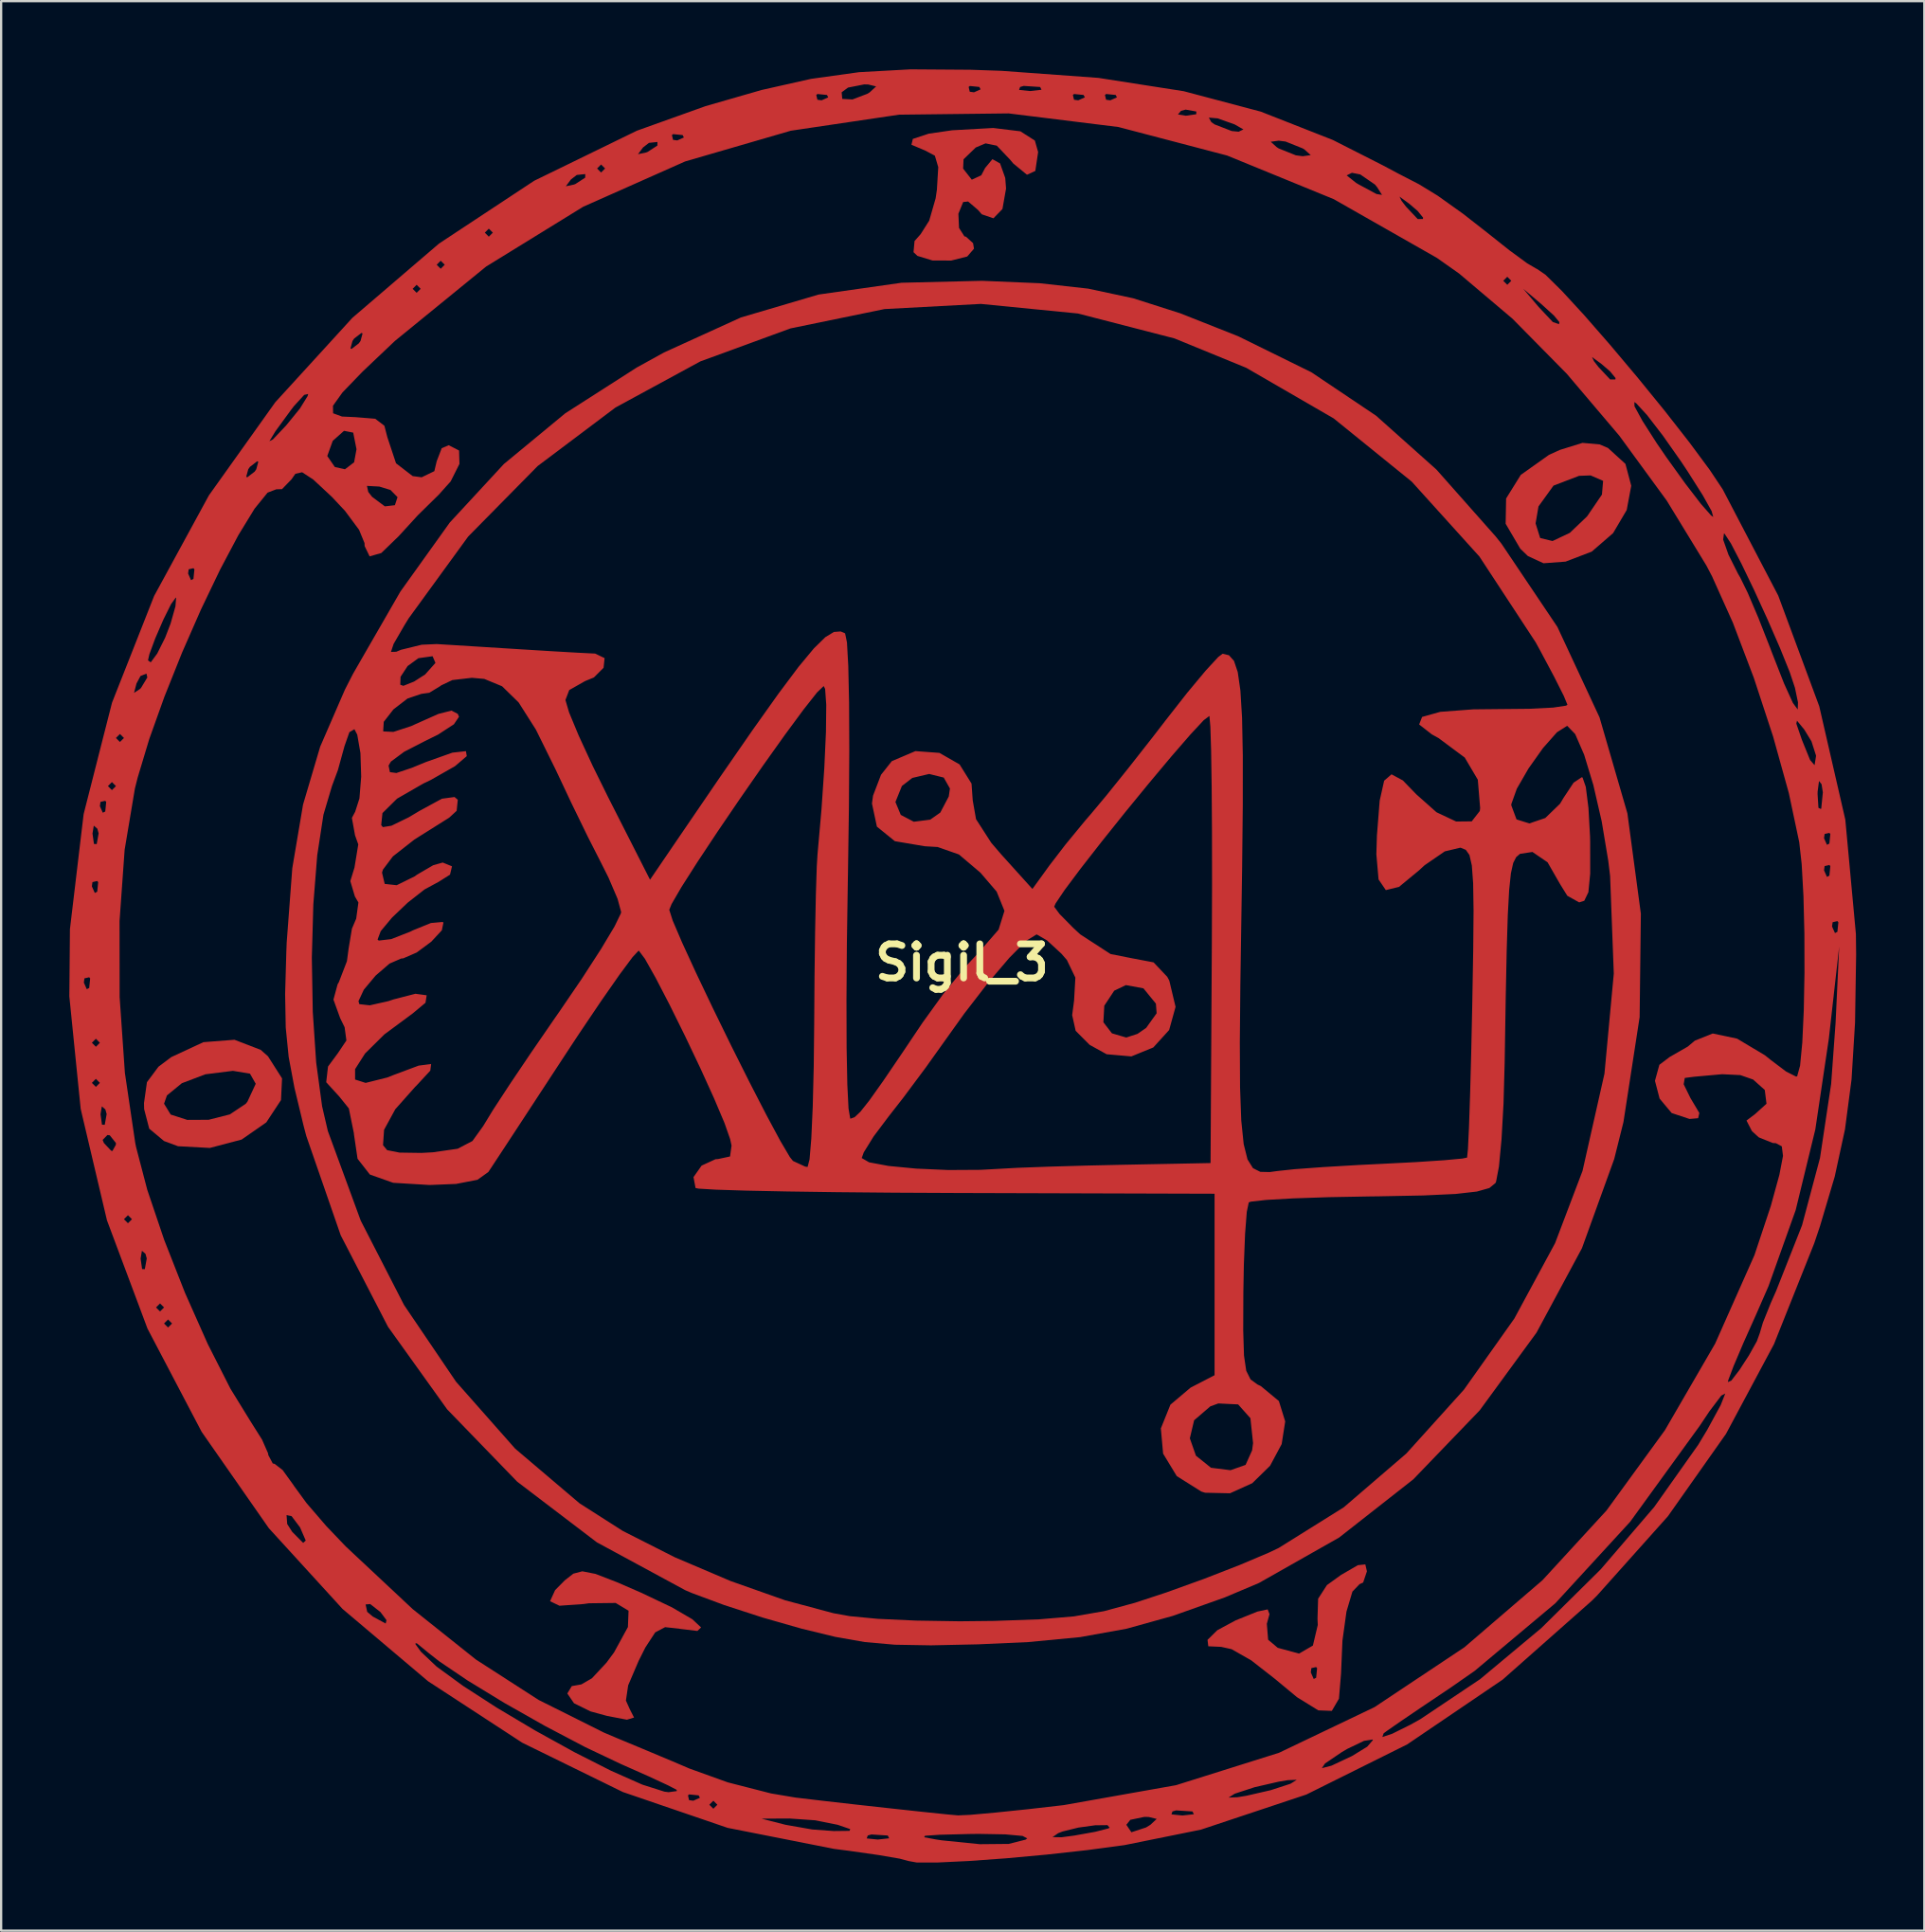
<source format=kicad_pcb>
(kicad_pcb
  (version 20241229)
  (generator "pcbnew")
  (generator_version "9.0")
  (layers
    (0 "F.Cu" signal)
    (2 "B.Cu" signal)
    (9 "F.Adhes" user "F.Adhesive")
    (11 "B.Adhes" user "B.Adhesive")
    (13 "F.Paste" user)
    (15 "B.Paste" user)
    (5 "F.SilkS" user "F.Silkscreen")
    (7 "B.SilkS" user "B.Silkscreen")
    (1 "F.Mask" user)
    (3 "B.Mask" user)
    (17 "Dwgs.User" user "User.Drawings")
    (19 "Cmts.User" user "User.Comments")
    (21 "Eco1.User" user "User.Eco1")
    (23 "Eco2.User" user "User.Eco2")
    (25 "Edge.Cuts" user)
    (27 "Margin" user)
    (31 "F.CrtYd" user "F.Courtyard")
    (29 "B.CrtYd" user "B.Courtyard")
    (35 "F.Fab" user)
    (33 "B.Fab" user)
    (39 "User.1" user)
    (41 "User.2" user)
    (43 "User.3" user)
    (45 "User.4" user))
  (footprint "Sigil_3"
    (layer "F.Cu")
    (at 39.268 39.286)
    (property "Reference" "Sigil_3" (at 0 0 0) (layer "F.SilkS") (effects (font (size 1.5 1.5) (thickness 0.3))))
    (attr board_only exclude_from_pos_files exclude_from_bom)
    (fp_poly (pts (xy 28.052 -22.79) (xy 28.418 -22.634) (xy 29.188 -21.932) (xy 29.443 -20.97) (xy 29.243 -19.903) (xy 28.644 -18.887) (xy 27.704 -18.074) (xy 26.554 -17.634) (xy 25.583 -17.562) (xy 24.896 -17.88) (xy 24.561 -18.203) (xy 23.918 -19.299) (xy 23.918 -19.315) (xy 25.235 -19.315) (xy 25.436 -18.673) (xy 25.98 -18.54) (xy 26.74 -18.899) (xy 27.5 -19.624) (xy 28.154 -20.583) (xy 28.205 -21.186) (xy 27.655 -21.426) (xy 27.148 -21.407) (xy 26.023 -20.977) (xy 25.362 -20.061) (xy 25.235 -19.315) (xy 23.918 -19.315) (xy 23.938 -20.411) (xy 24.584 -21.45) (xy 25.821 -22.328) (xy 26.304 -22.548) (xy 27.298 -22.857)) (stroke (width 0) (type solid)) (fill yes) (layer "F.Cu"))
    (fp_poly (pts (xy -30.849 3.84) (xy -30.529 4.123) (xy -29.91 5.095) (xy -29.956 6.048) (xy -30.603 7.03) (xy -31.689 7.786) (xy -33.087 8.154) (xy -34.488 8.078) (xy -35.101 7.851) (xy -35.753 7.307) (xy -35.977 6.448) (xy -35.983 6.208) (xy -35.101 6.208) (xy -34.809 6.686) (xy -34.08 6.92) (xy -33.137 6.915) (xy -32.206 6.678) (xy -31.508 6.213) (xy -31.432 6.116) (xy -31.068 5.332) (xy -31.321 4.887) (xy -32.071 4.763) (xy -33.283 4.915) (xy -34.318 5.307) (xy -34.974 5.844) (xy -35.101 6.208) (xy -35.983 6.208) (xy -35.983 6.177) (xy -35.854 5.262) (xy -35.347 4.582) (xy -34.785 4.159) (xy -33.371 3.502) (xy -32.003 3.396)) (stroke (width 0) (type solid)) (fill yes) (layer "F.Cu"))
    (fp_poly (pts (xy -16.121 26.889) (xy -15.192 27.248) (xy -14.122 27.712) (xy -12.76 28.359) (xy -11.863 28.883) (xy -11.475 29.244) (xy -11.639 29.399) (xy -12.401 29.307) (xy -12.448 29.297) (xy -13.059 29.232) (xy -13.494 29.461) (xy -13.928 30.126) (xy -14.225 30.717) (xy -14.684 31.791) (xy -14.783 32.46) (xy -14.61 32.845) (xy -14.425 33.207) (xy -14.738 33.303) (xy -15.61 33.136) (xy -16.34 32.937) (xy -17.067 32.578) (xy -17.361 32.149) (xy -17.164 31.824) (xy -16.745 31.75) (xy -16.277 31.479) (xy -15.636 30.791) (xy -15.304 30.34) (xy -14.695 29.226) (xy -14.667 28.508) (xy -15.234 28.167) (xy -16.409 28.181) (xy -16.649 28.214) (xy -17.707 28.289) (xy -18.12 28.09) (xy -17.898 27.603) (xy -17.473 27.173) (xy -17.097 26.879) (xy -16.701 26.775)) (stroke (width 0) (type solid)) (fill yes) (layer "F.Cu"))
    (fp_poly (pts (xy 17.815 26.776) (xy 17.649 27.268) (xy 17.491 27.34) (xy 17.177 27.667) (xy 16.915 28.547) (xy 16.738 29.825) (xy 16.676 31.279) (xy 16.584 32.378) (xy 16.271 32.914) (xy 15.676 32.891) (xy 14.742 32.314) (xy 13.744 31.487) (xy 13.403 31.221) (xy 15.346 31.221) (xy 15.475 31.511) (xy 15.581 31.456) (xy 15.623 31.037) (xy 15.581 30.986) (xy 15.371 31.034) (xy 15.346 31.221) (xy 13.403 31.221) (xy 12.727 30.693) (xy 11.861 30.2) (xy 11.401 30.098) (xy 10.837 30.073) (xy 10.803 29.789) (xy 11.235 29.365) (xy 12.038 28.933) (xy 12.998 28.546) (xy 13.449 28.45) (xy 13.529 28.66) (xy 13.412 29.083) (xy 13.469 29.784) (xy 13.892 30.14) (xy 14.827 30.394) (xy 15.438 30.041) (xy 15.653 29.134) (xy 15.641 28.862) (xy 15.668 27.981) (xy 16.056 27.381) (xy 16.676 26.934) (xy 17.417 26.505) (xy 17.745 26.471)) (stroke (width 0) (type solid)) (fill yes) (layer "F.Cu"))
    (fp_poly (pts (xy 2.57 -36.561) (xy 3.207 -36.154) (xy 3.351 -35.648) (xy 3.227 -34.818) (xy 2.86 -34.65) (xy 2.257 -35.145) (xy 2.115 -35.316) (xy 1.532 -35.929) (xy 1.039 -36.03) (xy 0.608 -35.849) (xy 0.07 -35.33) (xy 0.051 -34.92) (xy 0.433 -34.433) (xy 0.85 -34.626) (xy 1.018 -34.947) (xy 1.34 -35.335) (xy 1.676 -35.149) (xy 1.904 -34.51) (xy 1.94 -34.043) (xy 1.781 -33.143) (xy 1.385 -32.735) (xy 0.873 -32.91) (xy 0.705 -33.102) (xy 0.272 -33.473) (xy 0.053 -33.45) (xy -0.157 -32.935) (xy -0.129 -32.311) (xy 0.109 -31.939) (xy 0.176 -31.926) (xy 0.489 -31.641) (xy 0.529 -31.397) (xy 0.232 -31.054) (xy -0.472 -30.876) (xy -1.296 -30.879) (xy -1.959 -31.081) (xy -2.131 -31.244) (xy -2.086 -31.734) (xy -1.817 -32.038) (xy -1.441 -32.631) (xy -1.158 -33.613) (xy -1.102 -33.995) (xy -1.043 -34.984) (xy -1.192 -35.488) (xy -1.61 -35.711) (xy -1.613 -35.711) (xy -2.222 -35.97) (xy -2.161 -36.226) (xy -1.464 -36.456) (xy -0.432 -36.606) (xy 1.375 -36.707)) (stroke (width 0) (type solid)) (fill yes) (layer "F.Cu"))
    (fp_poly (pts (xy 3.42 -29.879) (xy 5.552 -29.641) (xy 7.53 -29.218) (xy 9.603 -28.556) (xy 12.022 -27.599) (xy 12.183 -27.532) (xy 15.37 -25.964) (xy 18.217 -24.053) (xy 20.871 -21.685) (xy 23.475 -18.746) (xy 23.727 -18.432) (xy 26.194 -14.762) (xy 28.047 -10.786) (xy 29.274 -6.562) (xy 29.866 -2.148) (xy 29.812 2.398) (xy 29.1 7.017) (xy 28.693 8.643) (xy 27.275 12.563) (xy 25.276 16.277) (xy 22.776 19.696) (xy 19.854 22.731) (xy 16.591 25.291) (xy 13.064 27.289) (xy 11.558 27.925) (xy 9.277 28.735) (xy 7.241 29.301) (xy 5.202 29.669) (xy 2.911 29.888) (xy 0.706 29.987) (xy -1.363 30.031) (xy -2.95 30.004) (xy -4.28 29.886) (xy -5.574 29.658) (xy -7.055 29.298) (xy -7.056 29.298) (xy -8.755 28.813) (xy -10.46 28.259) (xy -11.868 27.736) (xy -12.171 27.607) (xy -16.061 25.501) (xy -19.568 22.831) (xy -22.646 19.653) (xy -25.248 16.022) (xy -27.33 11.995) (xy -28.845 7.625) (xy -28.965 7.169) (xy -29.365 5.507) (xy -29.619 4.151) (xy -29.748 2.859) (xy -29.775 1.39) (xy -29.729 -0.214) (xy -28.6 -0.214) (xy -28.559 2.161) (xy -28.409 4.396) (xy -28.148 6.323) (xy -27.896 7.408) (xy -26.448 11.353) (xy -24.543 15.063) (xy -22.255 18.438) (xy -19.656 21.379) (xy -16.82 23.787) (xy -14.919 25) (xy -12.632 26.158) (xy -10.177 27.203) (xy -7.775 28.051) (xy -5.649 28.619) (xy -4.939 28.747) (xy -3.707 28.865) (xy -2.014 28.943) (xy -0.104 28.973) (xy 1.411 28.957) (xy 3.394 28.887) (xy 4.922 28.758) (xy 6.245 28.529) (xy 7.614 28.158) (xy 8.996 27.703) (xy 10.641 27.11) (xy 12.227 26.493) (xy 13.507 25.951) (xy 13.935 25.747) (xy 16.796 23.96) (xy 19.546 21.597) (xy 22.082 18.787) (xy 24.299 15.659) (xy 26.092 12.343) (xy 27.3 9.163) (xy 28.265 4.885) (xy 28.675 0.484) (xy 28.513 -3.808) (xy 28.431 -4.482) (xy 28.142 -6.215) (xy 27.774 -7.814) (xy 27.372 -9.138) (xy 26.977 -10.048) (xy 26.632 -10.406) (xy 26.616 -10.407) (xy 26.175 -10.128) (xy 25.561 -9.434) (xy 24.923 -8.535) (xy 24.409 -7.645) (xy 24.169 -6.974) (xy 24.165 -6.917) (xy 24.396 -6.296) (xy 24.959 -6.119) (xy 25.661 -6.357) (xy 26.31 -6.985) (xy 26.464 -7.243) (xy 26.906 -7.911) (xy 27.265 -8.151) (xy 27.301 -8.138) (xy 27.444 -7.725) (xy 27.561 -6.794) (xy 27.631 -5.532) (xy 27.636 -5.304) (xy 27.637 -3.913) (xy 27.558 -3.095) (xy 27.377 -2.718) (xy 27.152 -2.646) (xy 26.629 -2.939) (xy 26.31 -3.454) (xy 25.761 -4.41) (xy 25.096 -4.864) (xy 24.548 -4.781) (xy 24.381 -4.637) (xy 24.25 -4.38) (xy 24.149 -3.926) (xy 24.072 -3.191) (xy 24.012 -2.092) (xy 23.964 -0.543) (xy 23.921 1.538) (xy 23.877 4.236) (xy 23.874 4.41) (xy 23.824 6.209) (xy 23.736 7.779) (xy 23.623 8.972) (xy 23.496 9.64) (xy 23.467 9.701) (xy 23.202 9.917) (xy 22.652 10.072) (xy 21.717 10.178) (xy 20.294 10.244) (xy 18.281 10.283) (xy 17.978 10.286) (xy 16.141 10.319) (xy 14.564 10.373) (xy 13.377 10.441) (xy 12.711 10.516) (xy 12.618 10.548) (xy 12.53 10.965) (xy 12.455 11.932) (xy 12.401 13.294) (xy 12.379 14.509) (xy 12.373 16.18) (xy 12.407 17.283) (xy 12.506 17.955) (xy 12.696 18.335) (xy 13.003 18.559) (xy 13.149 18.629) (xy 13.942 19.286) (xy 14.22 20.183) (xy 14.065 21.179) (xy 13.555 22.132) (xy 12.771 22.9) (xy 11.792 23.343) (xy 10.698 23.319) (xy 10.53 23.267) (xy 9.449 22.587) (xy 8.849 21.599) (xy 8.789 20.926) (xy 10.025 20.926) (xy 10.294 21.691) (xy 10.956 22.221) (xy 11.816 22.328) (xy 12.477 22.094) (xy 12.764 21.456) (xy 12.806 21.137) (xy 12.69 20.042) (xy 12.149 19.434) (xy 11.278 19.392) (xy 10.926 19.52) (xy 10.213 20.133) (xy 10.025 20.926) (xy 8.789 20.926) (xy 8.75 20.489) (xy 9.17 19.446) (xy 10.059 18.695) (xy 11.113 18.15) (xy 11.113 14.159) (xy 11.113 10.168) (xy -0.211 10.135) (xy -2.967 10.122) (xy -5.493 10.099) (xy -7.702 10.068) (xy -9.51 10.031) (xy -10.831 9.989) (xy -11.581 9.944) (xy -11.72 9.917) (xy -11.81 9.437) (xy -11.452 8.93) (xy -10.842 8.65) (xy -10.733 8.643) (xy -10.202 8.529) (xy -10.136 8.05) (xy -10.199 7.763) (xy -10.445 7.061) (xy -10.905 5.974) (xy -11.508 4.647) (xy -12.185 3.224) (xy -12.864 1.851) (xy -13.475 0.673) (xy -13.948 -0.166) (xy -14.212 -0.519) (xy -14.225 -0.523) (xy -14.49 -0.24) (xy -15.065 0.534) (xy -15.879 1.7) (xy -16.86 3.155) (xy -17.462 4.069) (xy -18.526 5.694) (xy -19.473 7.141) (xy -20.228 8.292) (xy -20.714 9.03) (xy -20.834 9.211) (xy -21.313 9.555) (xy -22.255 9.737) (xy -23.418 9.784) (xy -25.021 9.687) (xy -26.046 9.324) (xy -26.589 8.629) (xy -26.75 7.535) (xy -26.749 7.513) (xy -26.972 6.416) (xy -27.396 5.889) (xy -27.967 5.264) (xy -27.954 5.145) (xy -26.697 5.145) (xy -26.233 5.293) (xy -25.28 5.055) (xy -25.051 4.963) (xy -23.901 4.533) (xy -23.351 4.462) (xy -23.389 4.755) (xy -24.003 5.418) (xy -24.051 5.464) (xy -24.929 6.452) (xy -25.422 7.356) (xy -25.468 8.033) (xy -25.288 8.251) (xy -24.74 8.359) (xy -23.776 8.373) (xy -23.271 8.345) (xy -22.185 8.189) (xy -21.535 7.849) (xy -21.055 7.182) (xy -21.04 7.155) (xy -20.622 6.471) (xy -19.894 5.357) (xy -18.952 3.959) (xy -17.894 2.422) (xy -17.727 2.183) (xy -16.72 0.706) (xy -15.88 -0.592) (xy -15.283 -1.589) (xy -15.004 -2.164) (xy -14.993 -2.225) (xy -15.019 -2.32) (xy -12.876 -2.32) (xy -12.725 -1.846) (xy -12.312 -0.882) (xy -11.704 0.441) (xy -10.965 1.991) (xy -10.16 3.638) (xy -9.353 5.248) (xy -8.609 6.693) (xy -7.993 7.839) (xy -7.57 8.556) (xy -7.434 8.726) (xy -6.895 8.975) (xy -6.791 8.99) (xy -6.705 8.658) (xy -6.7 8.598) (xy -4.41 8.598) (xy -4.086 8.786) (xy -3.229 8.946) (xy -2.012 9.063) (xy -0.607 9.125) (xy 0.812 9.117) (xy 1.587 9.075) (xy 2.442 9.028) (xy 3.8 8.978) (xy 5.461 8.93) (xy 6.879 8.898) (xy 10.936 8.819) (xy 10.993 -0.879) (xy 11.002 -3.429) (xy 10.999 -5.747) (xy 10.985 -7.741) (xy 10.961 -9.316) (xy 10.928 -10.379) (xy 10.887 -10.837) (xy 10.884 -10.845) (xy 10.636 -10.66) (xy 10.049 -10.029) (xy 9.214 -9.066) (xy 8.222 -7.882) (xy 7.164 -6.59) (xy 6.134 -5.303) (xy 5.221 -4.133) (xy 4.518 -3.193) (xy 4.116 -2.595) (xy 4.057 -2.456) (xy 4.294 -2.136) (xy 4.89 -1.531) (xy 5.203 -1.24) (xy 6.537 -0.375) (xy 7.487 -0.187) (xy 8.43 -0.008) (xy 9.031 0.627) (xy 9.121 0.794) (xy 9.397 1.949) (xy 9.114 2.968) (xy 8.418 3.734) (xy 7.453 4.128) (xy 6.365 4.033) (xy 5.619 3.621) (xy 5.002 3.003) (xy 4.918 2.626) (xy 6.222 2.626) (xy 6.595 3.11) (xy 6.615 3.118) (xy 7.227 3.298) (xy 7.722 3.137) (xy 8.104 2.873) (xy 8.564 2.231) (xy 8.532 1.807) (xy 7.982 1.133) (xy 7.211 0.992) (xy 6.698 1.238) (xy 6.261 1.899) (xy 6.222 2.626) (xy 4.918 2.626) (xy 4.848 2.312) (xy 4.932 1.674) (xy 4.989 0.663) (xy 4.616 -0.112) (xy 4.372 -0.393) (xy 3.742 -0.974) (xy 3.295 -1.234) (xy 3.279 -1.235) (xy 2.833 -0.961) (xy 2.09 -0.215) (xy 1.147 0.891) (xy 0.102 2.244) (xy -0.662 3.313) (xy -1.596 4.622) (xy -2.587 5.952) (xy -3.22 6.762) (xy -3.889 7.652) (xy -4.32 8.349) (xy -4.41 8.598) (xy -6.7 8.598) (xy -6.627 7.732) (xy -6.564 6.325) (xy -6.52 4.548) (xy -6.501 2.734) (xy -6.486 0.609) (xy -6.46 -1.355) (xy -6.426 -3.012) (xy -6.387 -4.221) (xy -6.354 -4.763) (xy -6.18 -6.731) (xy -6.055 -8.566) (xy -5.983 -10.144) (xy -5.97 -11.342) (xy -6.02 -12.037) (xy -6.083 -12.161) (xy -6.374 -11.881) (xy -6.968 -11.128) (xy -7.784 -10.022) (xy -8.741 -8.679) (xy -9.757 -7.219) (xy -10.75 -5.76) (xy -11.638 -4.42) (xy -12.341 -3.318) (xy -12.775 -2.571) (xy -12.876 -2.32) (xy -15.019 -2.32) (xy -15.15 -2.803) (xy -15.55 -3.738) (xy -15.861 -4.358) (xy -16.46 -5.535) (xy -17.187 -7.028) (xy -17.865 -8.467) (xy -18.742 -10.243) (xy -19.502 -11.44) (xy -20.231 -12.152) (xy -21.015 -12.476) (xy -21.56 -12.524) (xy -22.417 -12.425) (xy -22.919 -12.187) (xy -22.931 -12.171) (xy -23.432 -11.866) (xy -23.779 -11.818) (xy -24.389 -11.613) (xy -25.01 -11.135) (xy -25.436 -10.588) (xy -25.461 -10.175) (xy -25.452 -10.165) (xy -25.01 -10.145) (xy -24.228 -10.401) (xy -24.073 -10.472) (xy -23.033 -10.935) (xy -22.455 -11.082) (xy -22.181 -10.938) (xy -22.125 -10.812) (xy -22.349 -10.481) (xy -23.05 -10.024) (xy -23.615 -9.747) (xy -24.541 -9.269) (xy -25.123 -8.837) (xy -25.224 -8.663) (xy -25.165 -8.375) (xy -24.88 -8.337) (xy -24.207 -8.563) (xy -23.582 -8.819) (xy -22.417 -9.232) (xy -21.82 -9.298) (xy -21.784 -9.079) (xy -22.302 -8.637) (xy -23.365 -8.032) (xy -23.696 -7.873) (xy -24.851 -7.208) (xy -25.493 -6.574) (xy -25.548 -6.047) (xy -25.477 -5.957) (xy -25.098 -6.018) (xy -24.345 -6.384) (xy -23.863 -6.671) (xy -22.879 -7.206) (xy -22.322 -7.281) (xy -22.18 -7.159) (xy -22.229 -6.674) (xy -22.558 -6.372) (xy -24.086 -5.412) (xy -25.034 -4.669) (xy -25.472 -4.088) (xy -25.512 -3.956) (xy -25.394 -3.459) (xy -24.866 -3.402) (xy -24.074 -3.792) (xy -23.968 -3.869) (xy -23.26 -4.281) (xy -22.842 -4.399) (xy -22.434 -4.233) (xy -22.521 -3.866) (xy -23.019 -3.552) (xy -23.64 -3.216) (xy -24.377 -2.639) (xy -25.073 -1.976) (xy -25.569 -1.382) (xy -25.708 -1.012) (xy -25.656 -0.967) (xy -25.109 -1.031) (xy -24.276 -1.356) (xy -24.156 -1.416) (xy -23.361 -1.739) (xy -22.849 -1.785) (xy -22.81 -1.76) (xy -22.881 -1.418) (xy -23.347 -0.916) (xy -23.985 -0.443) (xy -24.576 -0.186) (xy -24.672 -0.176) (xy -25.182 0.046) (xy -25.793 0.573) (xy -26.313 1.194) (xy -26.548 1.698) (xy -26.51 1.83) (xy -26.051 1.881) (xy -25.225 1.695) (xy -25.012 1.623) (xy -24.044 1.373) (xy -23.548 1.44) (xy -23.6 1.769) (xy -24.165 2.24) (xy -25.406 3.158) (xy -26.258 4) (xy -26.697 4.688) (xy -26.697 5.145) (xy -27.954 5.145) (xy -27.888 4.574) (xy -27.459 3.993) (xy -27.079 3.427) (xy -27.158 2.844) (xy -27.354 2.444) (xy -27.649 1.63) (xy -27.466 0.956) (xy -27.412 0.865) (xy -27.056 -0.06) (xy -26.982 -0.613) (xy -26.836 -1.492) (xy -26.649 -1.928) (xy -26.551 -2.641) (xy -26.707 -2.909) (xy -26.907 -3.583) (xy -26.724 -4.178) (xy -26.557 -5.197) (xy -26.7 -5.597) (xy -26.838 -6.362) (xy -26.694 -6.633) (xy -26.506 -7.218) (xy -26.429 -8.179) (xy -26.462 -9.215) (xy -26.602 -10.022) (xy -26.726 -10.263) (xy -26.948 -10.132) (xy -27.169 -9.502) (xy -27.174 -9.478) (xy -27.453 -8.466) (xy -27.715 -7.761) (xy -28.089 -6.503) (xy -28.363 -4.714) (xy -28.534 -2.561) (xy -28.6 -0.214) (xy -29.729 -0.214) (xy -29.721 -0.5) (xy -29.706 -0.882) (xy -29.46 -4.148) (xy -28.987 -6.947) (xy -28.233 -9.495) (xy -27.143 -12.007) (xy -27.034 -12.22) (xy -24.709 -12.22) (xy -24.574 -12.171) (xy -24.103 -12.359) (xy -23.616 -12.671) (xy -23.162 -13.18) (xy -23.288 -13.473) (xy -23.911 -13.387) (xy -24.385 -13.042) (xy -24.697 -12.569) (xy -24.709 -12.22) (xy -27.034 -12.22) (xy -26.788 -12.7) (xy -26.234 -13.663) (xy -25.119 -13.663) (xy -24.888 -13.669) (xy -24.675 -13.757) (xy -23.769 -13.979) (xy -23.107 -14.008) (xy -22.337 -13.961) (xy -21.106 -13.884) (xy -19.658 -13.793) (xy -19.403 -13.777) (xy -18.02 -13.692) (xy -16.888 -13.627) (xy -16.21 -13.593) (xy -16.14 -13.591) (xy -15.721 -13.39) (xy -15.766 -12.965) (xy -16.193 -12.538) (xy -16.581 -12.379) (xy -17.276 -11.985) (xy -17.444 -11.547) (xy -17.283 -11.001) (xy -16.86 -9.982) (xy -16.241 -8.642) (xy -15.574 -7.29) (xy -13.722 -3.644) (xy -12.44 -5.526) (xy -10.653 -8.143) (xy -9.21 -10.227) (xy -8.069 -11.831) (xy -7.186 -13.01) (xy -6.514 -13.818) (xy -6.012 -14.31) (xy -5.633 -14.541) (xy -5.334 -14.563) (xy -5.141 -14.48) (xy -5.059 -14.081) (xy -5.001 -13.046) (xy -4.966 -11.443) (xy -4.957 -9.342) (xy -4.973 -6.81) (xy -5.015 -3.917) (xy -5.019 -3.701) (xy -5.062 -0.852) (xy -5.08 1.655) (xy -5.074 3.751) (xy -5.043 5.364) (xy -4.99 6.423) (xy -4.915 6.858) (xy -4.902 6.866) (xy -4.722 6.801) (xy -4.468 6.562) (xy -4.072 6.062) (xy -3.469 5.213) (xy -2.594 3.926) (xy -1.735 2.646) (xy -0.837 1.402) (xy 0.131 0.211) (xy 0.751 -0.458) (xy 1.612 -1.449) (xy 1.869 -2.273) (xy 1.526 -3.12) (xy 0.813 -3.952) (xy -0.133 -4.754) (xy -1.07 -5.082) (xy -1.632 -5.115) (xy -2.952 -5.338) (xy -3.742 -5.978) (xy -3.959 -6.995) (xy -3.95 -7.061) (xy -2.927 -7.061) (xy -2.691 -6.494) (xy -2.119 -6.193) (xy -1.396 -6.285) (xy -0.953 -6.597) (xy -0.58 -7.305) (xy -0.529 -7.655) (xy -0.802 -8.136) (xy -1.443 -8.295) (xy -2.185 -8.12) (xy -2.642 -7.766) (xy -2.927 -7.061) (xy -3.95 -7.061) (xy -3.912 -7.34) (xy -3.56 -8.26) (xy -3.086 -8.858) (xy -2.048 -9.3) (xy -0.991 -9.222) (xy -0.105 -8.715) (xy 0.421 -7.872) (xy 0.474 -7.132) (xy 0.619 -6.307) (xy 1.289 -5.267) (xy 1.731 -4.753) (xy 3.1 -3.237) (xy 3.843 -4.264) (xy 4.563 -5.201) (xy 5.436 -6.261) (xy 5.666 -6.526) (xy 6.354 -7.349) (xy 7.312 -8.541) (xy 8.386 -9.909) (xy 8.974 -10.672) (xy 9.92 -11.878) (xy 10.722 -12.84) (xy 11.276 -13.44) (xy 11.466 -13.582) (xy 11.746 -13.516) (xy 11.966 -13.27) (xy 12.132 -12.777) (xy 12.249 -11.966) (xy 12.322 -10.768) (xy 12.355 -9.114) (xy 12.354 -6.935) (xy 12.325 -4.162) (xy 12.295 -2.18) (xy 12.247 0.987) (xy 12.224 3.518) (xy 12.234 5.481) (xy 12.287 6.946) (xy 12.393 7.982) (xy 12.562 8.658) (xy 12.802 9.043) (xy 13.124 9.205) (xy 13.538 9.215) (xy 13.877 9.169) (xy 14.623 9.089) (xy 15.873 8.997) (xy 17.424 8.905) (xy 18.468 8.854) (xy 19.99 8.776) (xy 21.222 8.694) (xy 22.011 8.621) (xy 22.221 8.578) (xy 22.259 8.208) (xy 22.305 7.242) (xy 22.354 5.793) (xy 22.403 3.971) (xy 22.448 1.886) (xy 22.45 1.772) (xy 22.491 -0.56) (xy 22.506 -2.281) (xy 22.488 -3.486) (xy 22.43 -4.271) (xy 22.325 -4.73) (xy 22.165 -4.957) (xy 21.943 -5.048) (xy 21.923 -5.052) (xy 21.241 -4.89) (xy 20.354 -4.281) (xy 20.102 -4.05) (xy 19.227 -3.328) (xy 18.647 -3.186) (xy 18.327 -3.655) (xy 18.23 -4.763) (xy 18.255 -5.586) (xy 18.376 -7.119) (xy 18.573 -7.999) (xy 18.897 -8.279) (xy 19.396 -8.01) (xy 19.985 -7.402) (xy 20.875 -6.611) (xy 21.74 -6.203) (xy 22.425 -6.21) (xy 22.78 -6.665) (xy 22.796 -6.791) (xy 22.693 -8.042) (xy 22.118 -9.016) (xy 20.967 -9.872) (xy 20.666 -10.039) (xy 20.112 -10.472) (xy 20.242 -10.803) (xy 21.041 -11.027) (xy 22.495 -11.137) (xy 23.594 -11.148) (xy 24.96 -11.161) (xy 26.007 -11.214) (xy 26.577 -11.299) (xy 26.635 -11.34) (xy 26.475 -11.728) (xy 26.051 -12.571) (xy 25.445 -13.708) (xy 25.238 -14.085) (xy 22.764 -17.857) (xy 19.785 -21.153) (xy 16.35 -23.934) (xy 12.505 -26.159) (xy 9.349 -27.451) (xy 5.104 -28.547) (xy 0.83 -28.969) (xy -3.408 -28.742) (xy -7.544 -27.891) (xy -11.509 -26.44) (xy -15.239 -24.414) (xy -18.665 -21.838) (xy -21.722 -18.737) (xy -24.343 -15.135) (xy -24.523 -14.841) (xy -25.003 -14.014) (xy -25.119 -13.663) (xy -26.234 -13.663) (xy -24.703 -16.319) (xy -22.53 -19.355) (xy -20.151 -21.928) (xy -17.45 -24.159) (xy -14.309 -26.17) (xy -13.107 -26.833) (xy -9.727 -28.372) (xy -6.306 -29.381) (xy -2.657 -29.9) (xy 0.882 -29.985)) (stroke (width 0) (type solid)) (fill yes) (layer "F.Cu"))
    (fp_poly (pts (xy 0.377 -39.268) (xy 1.734 -39.221) (xy 6.003 -38.91) (xy 9.758 -38.324) (xy 13.146 -37.426) (xy 16.318 -36.179) (xy 18.521 -35.061) (xy 19.202 -34.698) (xy 20.102 -34.234) (xy 20.109 -34.23) (xy 20.931 -33.727) (xy 22.037 -32.939) (xy 23.106 -32.104) (xy 24.093 -31.32) (xy 24.869 -30.752) (xy 25.274 -30.516) (xy 25.285 -30.515) (xy 25.669 -30.253) (xy 26.394 -29.538) (xy 27.371 -28.476) (xy 28.509 -27.173) (xy 29.72 -25.734) (xy 30.915 -24.267) (xy 32.003 -22.876) (xy 32.896 -21.669) (xy 33.466 -20.814) (xy 35.909 -16.139) (xy 37.714 -11.271) (xy 38.86 -6.285) (xy 39.326 -1.253) (xy 39.336 -0.353) (xy 39.288 2.647) (xy 39.134 5.144) (xy 38.846 7.334) (xy 38.394 9.416) (xy 37.749 11.586) (xy 37.493 12.347) (xy 35.722 16.784) (xy 33.612 20.729) (xy 31.055 24.355) (xy 27.942 27.837) (xy 27.714 28.065) (xy 23.785 31.54) (xy 19.587 34.388) (xy 15.152 36.593) (xy 10.515 38.137) (xy 7.15 38.818) (xy 5.515 39.037) (xy 3.733 39.234) (xy 1.946 39.398) (xy 0.3 39.517) (xy -1.061 39.582) (xy -1.993 39.582) (xy -2.344 39.519) (xy -2.736 39.414) (xy -3.662 39.255) (xy -4.956 39.07) (xy -5.626 38.984) (xy -7.953 38.524) (xy -4.189 38.524) (xy -3.704 38.573) (xy -3.203 38.518) (xy -3.226 38.472) (xy -1.662 38.472) (xy -1.14 38.57) (xy -0.882 38.608) (xy 0.785 38.777) (xy 2.056 38.765) (xy 2.8 38.577) (xy 2.871 38.521) (xy 2.765 38.466) (xy 3.983 38.466) (xy 4.384 38.472) (xy 4.939 38.398) (xy 5.861 38.233) (xy 6.433 38.086) (xy 6.497 38.053) (xy 6.401 37.939) (xy 5.861 37.945) (xy 5.121 38.047) (xy 4.427 38.218) (xy 4.233 38.293) (xy 3.983 38.466) (xy 2.765 38.466) (xy 2.666 38.414) (xy 1.904 38.345) (xy 0.734 38.324) (xy 0.323 38.329) (xy -0.979 38.362) (xy -1.625 38.406) (xy -1.662 38.472) (xy -3.226 38.472) (xy -3.263 38.396) (xy -3.985 38.349) (xy -4.145 38.396) (xy -4.189 38.524) (xy -7.953 38.524) (xy -10.312 38.058) (xy -11.492 37.654) (xy -8.819 37.654) (xy -7.761 37.924) (xy -6.589 38.13) (xy -5.644 38.199) (xy -4.946 38.191) (xy -4.915 38.114) (xy -5.468 37.924) (xy 7.232 37.924) (xy 7.454 38.252) (xy 8.097 38.042) (xy 8.29 37.924) (xy 8.567 37.666) (xy 8.217 37.58) (xy 8.026 37.576) (xy 7.406 37.705) (xy 7.232 37.924) (xy -5.468 37.924) (xy -6.456 37.726) (xy -7.585 37.648) (xy -8.819 37.654) (xy -11.492 37.654) (xy -13.283 37.042) (xy -11.113 37.042) (xy -10.936 37.218) (xy -10.76 37.042) (xy -10.936 36.865) (xy -11.113 37.042) (xy -13.283 37.042) (xy -14.486 36.63) (xy -12.053 36.63) (xy -12.005 36.84) (xy -11.818 36.865) (xy -11.528 36.736) (xy -11.583 36.63) (xy -12.002 36.588) (xy -12.053 36.63) (xy -14.486 36.63) (xy -14.917 36.483) (xy -19.342 34.315) (xy -23.486 31.611) (xy -25.439 29.96) (xy -24.055 29.96) (xy -23.802 30.311) (xy -23.113 30.964) (xy -21.948 31.814) (xy -20.452 32.78) (xy -18.77 33.78) (xy -17.047 34.731) (xy -15.429 35.551) (xy -14.061 36.157) (xy -13.087 36.467) (xy -12.906 36.49) (xy -12.542 36.441) (xy -12.553 36.384) (xy -12.927 36.19) (xy -13.771 35.798) (xy -14.909 35.293) (xy -14.993 35.256) (xy -16.565 34.511) (xy -18.338 33.579) (xy -20.126 32.567) (xy -21.742 31.581) (xy -23.001 30.73) (xy -23.449 30.378) (xy -23.987 29.937) (xy -24.055 29.96) (xy -25.439 29.96) (xy -27.251 28.429) (xy -27.429 28.233) (xy -26.234 28.233) (xy -26.164 28.558) (xy -25.919 28.765) (xy -25.351 29.071) (xy -25.316 28.924) (xy -25.583 28.566) (xy -26.032 28.215) (xy -26.234 28.233) (xy -27.429 28.233) (xy -30.49 24.881) (xy -30.893 24.303) (xy -29.712 24.303) (xy -29.684 24.694) (xy -29.464 25.039) (xy -28.981 25.525) (xy -28.868 25.422) (xy -29.12 24.841) (xy -29.49 24.35) (xy -29.712 24.303) (xy -30.893 24.303) (xy -33.446 20.643) (xy -35.83 16.1) (xy -35.914 15.875) (xy -35.101 15.875) (xy -34.925 16.051) (xy -34.749 15.875) (xy -34.925 15.699) (xy -35.101 15.875) (xy -35.914 15.875) (xy -36.178 15.169) (xy -35.454 15.169) (xy -35.278 15.346) (xy -35.101 15.169) (xy -35.278 14.993) (xy -35.454 15.169) (xy -36.178 15.169) (xy -36.982 13.023) (xy -36.132 13.023) (xy -36.067 13.481) (xy -35.947 13.486) (xy -35.862 13.014) (xy -35.919 12.81) (xy -36.075 12.677) (xy -36.132 13.023) (xy -36.982 13.023) (xy -37.613 11.336) (xy -37.624 11.289) (xy -36.865 11.289) (xy -36.689 11.465) (xy -36.513 11.289) (xy -36.689 11.113) (xy -36.865 11.289) (xy -37.624 11.289) (xy -38.447 7.801) (xy -37.802 7.801) (xy -37.747 7.938) (xy -37.43 8.274) (xy -37.374 8.29) (xy -37.222 8.017) (xy -37.218 7.938) (xy -37.489 7.598) (xy -37.592 7.585) (xy -37.802 7.801) (xy -38.447 7.801) (xy -38.713 6.673) (xy -37.896 6.673) (xy -37.831 7.131) (xy -37.71 7.136) (xy -37.626 6.664) (xy -37.683 6.46) (xy -37.839 6.327) (xy -37.896 6.673) (xy -38.713 6.673) (xy -38.768 6.436) (xy -38.884 5.292) (xy -38.276 5.292) (xy -38.1 5.468) (xy -37.924 5.292) (xy -38.1 5.115) (xy -38.276 5.292) (xy -38.884 5.292) (xy -39.062 3.528) (xy -38.276 3.528) (xy -38.1 3.704) (xy -37.924 3.528) (xy -38.1 3.351) (xy -38.276 3.528) (xy -39.062 3.528) (xy -39.268 1.484) (xy -39.262 0.882) (xy -38.629 0.882) (xy -38.5 1.172) (xy -38.394 1.117) (xy -38.352 0.698) (xy -38.394 0.647) (xy -38.604 0.695) (xy -38.629 0.882) (xy -39.262 0.882) (xy -39.241 -1.47) (xy -39.199 -1.826) (xy -37.059 -1.826) (xy -37.055 1.52) (xy -36.824 4.85) (xy -36.368 7.936) (xy -36.332 8.114) (xy -35.84 9.993) (xy -35.094 12.2) (xy -34.178 14.53) (xy -33.178 16.779) (xy -32.18 18.744) (xy -31.302 20.171) (xy -30.79 20.983) (xy -30.525 21.586) (xy -30.515 21.662) (xy -30.319 22.032) (xy -30.239 22.049) (xy -29.885 22.321) (xy -29.409 22.98) (xy -29.385 23.019) (xy -28.831 23.777) (xy -27.964 24.784) (xy -27.104 25.685) (xy -24.16 28.44) (xy -21.379 30.657) (xy -18.622 32.433) (xy -15.752 33.867) (xy -15.203 34.1) (xy -13.894 34.645) (xy -12.766 35.118) (xy -12.042 35.427) (xy -11.994 35.448) (xy -10.3 36.058) (xy -8.399 36.545) (xy -7.324 36.726) (xy -6.134 36.867) (xy -4.673 37.033) (xy -3.143 37.202) (xy -1.742 37.354) (xy -0.673 37.465) (xy -0.176 37.51) (xy 0.369 37.486) (xy 0.589 37.466) (xy 9.216 37.466) (xy 9.701 37.515) (xy 10.202 37.46) (xy 10.142 37.337) (xy 9.42 37.291) (xy 9.26 37.337) (xy 9.216 37.466) (xy 0.589 37.466) (xy 1.454 37.389) (xy 2.917 37.237) (xy 4.479 37.058) (xy 6.343 36.727) (xy 11.729 36.727) (xy 12.126 36.711) (xy 12.524 36.645) (xy 13.581 36.402) (xy 14.44 36.123) (xy 14.464 36.112) (xy 14.73 35.945) (xy 14.332 35.961) (xy 13.935 36.027) (xy 12.877 36.27) (xy 12.019 36.55) (xy 11.994 36.56) (xy 11.729 36.727) (xy 6.343 36.727) (xy 9.416 36.182) (xy 11.798 35.433) (xy 15.833 35.433) (xy 16.255 35.324) (xy 17.16 34.899) (xy 17.829 34.488) (xy 18.077 34.2) (xy 18.064 34.174) (xy 17.688 34.232) (xy 16.958 34.582) (xy 16.709 34.728) (xy 15.969 35.229) (xy 15.833 35.433) (xy 11.798 35.433) (xy 13.945 34.758) (xy 15.4 34.063) (xy 18.494 34.063) (xy 18.929 33.919) (xy 19.736 33.518) (xy 20.176 33.272) (xy 22.794 31.519) (xy 25.489 29.27) (xy 28.097 26.691) (xy 30.452 23.948) (xy 32.391 21.208) (xy 32.787 20.549) (xy 33.379 19.462) (xy 33.578 18.957) (xy 33.405 19.046) (xy 32.881 19.739) (xy 32.457 20.373) (xy 29.394 24.598) (xy 26.104 28.18) (xy 22.553 31.156) (xy 21.479 31.904) (xy 20.261 32.721) (xy 19.28 33.387) (xy 18.674 33.808) (xy 18.55 33.902) (xy 18.494 34.063) (xy 15.4 34.063) (xy 18.147 32.75) (xy 22.103 30.117) (xy 25.538 27.166) (xy 28.352 24.103) (xy 30.924 20.569) (xy 32.152 18.452) (xy 33.693 18.452) (xy 33.844 18.388) (xy 34.201 17.924) (xy 34.622 17.275) (xy 34.968 16.656) (xy 35.099 16.297) (xy 35.236 15.833) (xy 35.582 14.973) (xy 35.815 14.446) (xy 36.956 11.558) (xy 37.747 8.594) (xy 38.237 5.335) (xy 38.432 2.648) (xy 38.591 -0.706) (xy 38.135 3.351) (xy 37.541 7.338) (xy 36.677 10.886) (xy 35.482 14.231) (xy 34.948 15.454) (xy 34.378 16.729) (xy 33.943 17.753) (xy 33.713 18.363) (xy 33.693 18.452) (xy 32.152 18.452) (xy 33.134 16.76) (xy 34.862 12.871) (xy 35.583 10.705) (xy 35.96 9.334) (xy 36.119 8.504) (xy 36.066 8.083) (xy 35.803 7.944) (xy 35.674 7.938) (xy 35.054 7.689) (xy 34.752 7.413) (xy 34.513 6.949) (xy 34.882 6.671) (xy 34.885 6.669) (xy 35.393 6.21) (xy 35.317 5.604) (xy 34.803 5.145) (xy 34.242 4.95) (xy 33.445 4.911) (xy 32.211 5.022) (xy 31.798 5.075) (xy 31.749 5.353) (xy 32.053 5.97) (xy 32.07 5.997) (xy 32.438 6.616) (xy 32.386 6.846) (xy 32.005 6.879) (xy 31.22 6.618) (xy 30.69 5.983) (xy 30.486 5.201) (xy 30.68 4.497) (xy 31.133 4.154) (xy 31.928 3.697) (xy 32.242 3.434) (xy 33.028 3.12) (xy 34.098 3.346) (xy 35.325 4.079) (xy 35.563 4.271) (xy 36.257 4.795) (xy 36.694 5.015) (xy 36.741 5.004) (xy 36.87 4.534) (xy 36.968 3.515) (xy 37.033 2.104) (xy 37.064 0.457) (xy 37.06 -1.269) (xy 37.052 -1.587) (xy 38.276 -1.587) (xy 38.405 -1.297) (xy 38.512 -1.352) (xy 38.554 -1.771) (xy 38.512 -1.823) (xy 38.302 -1.774) (xy 38.276 -1.587) (xy 37.052 -1.587) (xy 37.019 -2.919) (xy 36.956 -4.057) (xy 37.924 -4.057) (xy 38.053 -3.767) (xy 38.159 -3.822) (xy 38.201 -4.24) (xy 38.159 -4.292) (xy 37.949 -4.244) (xy 37.924 -4.057) (xy 36.956 -4.057) (xy 36.94 -4.335) (xy 36.833 -5.292) (xy 36.796 -5.468) (xy 37.924 -5.468) (xy 38.053 -5.178) (xy 38.159 -5.233) (xy 38.201 -5.652) (xy 38.159 -5.703) (xy 37.949 -5.655) (xy 37.924 -5.468) (xy 36.796 -5.468) (xy 36.385 -7.408) (xy 37.64 -7.408) (xy 37.678 -6.806) (xy 37.788 -6.753) (xy 37.802 -6.784) (xy 37.872 -7.485) (xy 37.815 -7.843) (xy 37.703 -7.986) (xy 37.642 -7.518) (xy 37.64 -7.408) (xy 36.385 -7.408) (xy 36.375 -7.454) (xy 35.683 -9.943) (xy 35.496 -10.51) (xy 36.705 -10.51) (xy 36.949 -9.8) (xy 36.953 -9.79) (xy 37.31 -8.909) (xy 37.508 -8.681) (xy 37.571 -9.078) (xy 37.571 -9.105) (xy 37.371 -9.731) (xy 37.052 -10.251) (xy 36.735 -10.637) (xy 36.705 -10.51) (xy 35.496 -10.51) (xy 34.836 -12.52) (xy 33.914 -14.947) (xy 32.999 -16.984) (xy 32.749 -17.462) (xy 32.052 -18.603) (xy 33.486 -18.603) (xy 33.72 -17.938) (xy 34.144 -17.094) (xy 34.238 -16.933) (xy 34.565 -16.266) (xy 35.036 -15.16) (xy 35.555 -13.838) (xy 35.618 -13.67) (xy 36.164 -12.277) (xy 36.554 -11.418) (xy 36.767 -11.129) (xy 36.778 -11.443) (xy 36.645 -12.083) (xy 36.413 -12.779) (xy 35.986 -13.836) (xy 35.439 -15.092) (xy 34.848 -16.384) (xy 34.286 -17.551) (xy 33.83 -18.429) (xy 33.552 -18.856) (xy 33.522 -18.874) (xy 33.486 -18.603) (xy 32.052 -18.603) (xy 31.005 -20.316) (xy 28.913 -23.178) (xy 27.662 -24.652) (xy 29.58 -24.652) (xy 29.586 -24.465) (xy 29.937 -23.822) (xy 30.567 -22.839) (xy 30.991 -22.221) (xy 31.821 -21.067) (xy 32.51 -20.171) (xy 32.955 -19.665) (xy 33.05 -19.599) (xy 32.979 -19.857) (xy 32.583 -20.563) (xy 31.936 -21.584) (xy 31.639 -22.031) (xy 30.832 -23.179) (xy 30.134 -24.085) (xy 29.663 -24.597) (xy 29.58 -24.652) (xy 27.662 -24.652) (xy 26.606 -25.897) (xy 25.881 -26.632) (xy 27.716 -26.632) (xy 27.804 -26.449) (xy 28.001 -26.194) (xy 28.516 -25.645) (xy 28.746 -25.648) (xy 28.751 -25.71) (xy 28.51 -26.004) (xy 28.134 -26.327) (xy 27.716 -26.632) (xy 25.881 -26.632) (xy 24.215 -28.321) (xy 22.664 -29.633) (xy 24.694 -29.633) (xy 25.366 -28.84) (xy 25.992 -28.173) (xy 26.264 -28.077) (xy 26.282 -28.168) (xy 26.044 -28.456) (xy 25.488 -28.961) (xy 24.694 -29.633) (xy 22.664 -29.633) (xy 22.247 -29.986) (xy 23.812 -29.986) (xy 23.989 -29.81) (xy 24.165 -29.986) (xy 23.989 -30.163) (xy 23.812 -29.986) (xy 22.247 -29.986) (xy 21.875 -30.301) (xy 20.895 -30.992) (xy 16.354 -33.577) (xy 16.082 -33.688) (xy 19.249 -33.688) (xy 19.337 -33.505) (xy 19.534 -33.249) (xy 20.049 -32.701) (xy 20.279 -32.703) (xy 20.285 -32.765) (xy 20.044 -33.06) (xy 19.667 -33.382) (xy 19.249 -33.688) (xy 16.082 -33.688) (xy 13.799 -34.622) (xy 16.924 -34.622) (xy 17.343 -34.289) (xy 17.462 -34.219) (xy 18.235 -33.803) (xy 18.479 -33.764) (xy 18.264 -34.102) (xy 18.168 -34.219) (xy 17.521 -34.664) (xy 17.155 -34.736) (xy 16.924 -34.622) (xy 13.799 -34.622) (xy 11.665 -35.495) (xy 9.355 -36.101) (xy 13.584 -36.101) (xy 13.846 -35.865) (xy 13.935 -35.807) (xy 14.69 -35.504) (xy 14.993 -35.465) (xy 15.344 -35.513) (xy 15.081 -35.749) (xy 14.993 -35.807) (xy 14.238 -36.11) (xy 13.935 -36.149) (xy 13.584 -36.101) (xy 9.355 -36.101) (xy 6.88 -36.75) (xy 3.546 -37.163) (xy 10.861 -37.163) (xy 10.97 -36.965) (xy 11.113 -36.865) (xy 11.866 -36.573) (xy 12.171 -36.543) (xy 12.382 -36.643) (xy 11.994 -36.865) (xy 11.247 -37.13) (xy 10.861 -37.163) (xy 3.546 -37.163) (xy 2.422 -37.302) (xy 9.502 -37.302) (xy 9.848 -37.246) (xy 10.306 -37.311) (xy 10.311 -37.431) (xy 9.839 -37.515) (xy 9.635 -37.459) (xy 9.502 -37.302) (xy 2.422 -37.302) (xy 2.052 -37.348) (xy -2.769 -37.292) (xy -7.529 -36.586) (xy -12.178 -35.235) (xy -16.663 -33.242) (xy -20.933 -30.612) (xy -24.935 -27.349) (xy -24.991 -27.297) (xy -26.369 -25.99) (xy -27.25 -25.077) (xy -27.67 -24.49) (xy -27.665 -24.159) (xy -27.27 -24.015) (xy -26.689 -23.989) (xy -25.811 -23.918) (xy -25.408 -23.61) (xy -25.278 -23.107) (xy -24.896 -21.959) (xy -24.164 -21.396) (xy -23.769 -21.343) (xy -23.211 -21.613) (xy -23.107 -22.049) (xy -22.886 -22.623) (xy -22.578 -22.754) (xy -22.123 -22.521) (xy -22.106 -21.933) (xy -22.492 -21.163) (xy -23.019 -20.575) (xy -23.937 -19.673) (xy -24.78 -18.752) (xy -25.544 -18.013) (xy -26.058 -17.865) (xy -26.277 -18.319) (xy -26.282 -18.449) (xy -26.522 -19.033) (xy -27.14 -19.865) (xy -27.715 -20.478) (xy -28.237 -20.965) (xy -26.175 -20.965) (xy -26.118 -20.699) (xy -25.948 -20.483) (xy -25.388 -20.065) (xy -24.946 -20.116) (xy -24.83 -20.47) (xy -25.141 -20.786) (xy -25.634 -20.936) (xy -26.175 -20.965) (xy -28.237 -20.965) (xy -28.54 -21.246) (xy -29.027 -21.565) (xy -29.324 -21.497) (xy -29.5 -21.247) (xy -29.912 -20.822) (xy -30.164 -20.815) (xy -30.547 -20.668) (xy -31.119 -19.962) (xy -31.83 -18.801) (xy -32.632 -17.289) (xy -33.475 -15.532) (xy -34.309 -13.632) (xy -35.084 -11.695) (xy -35.753 -9.826) (xy -36.264 -8.128) (xy -36.383 -7.655) (xy -36.835 -4.96) (xy -37.059 -1.826) (xy -39.199 -1.826) (xy -39.017 -3.351) (xy -38.276 -3.351) (xy -38.147 -3.061) (xy -38.041 -3.116) (xy -37.999 -3.535) (xy -38.041 -3.587) (xy -38.251 -3.538) (xy -38.276 -3.351) (xy -39.017 -3.351) (xy -38.741 -5.674) (xy -38.249 -5.674) (xy -38.184 -5.216) (xy -38.063 -5.211) (xy -37.979 -5.683) (xy -38.035 -5.887) (xy -38.192 -6.021) (xy -38.249 -5.674) (xy -38.741 -5.674) (xy -38.639 -6.526) (xy -38.55 -6.879) (xy -37.924 -6.879) (xy -37.795 -6.589) (xy -37.688 -6.644) (xy -37.646 -7.063) (xy -37.688 -7.114) (xy -37.898 -7.066) (xy -37.924 -6.879) (xy -38.55 -6.879) (xy -38.325 -7.761) (xy -37.571 -7.761) (xy -37.394 -7.585) (xy -37.218 -7.761) (xy -37.394 -7.938) (xy -37.571 -7.761) (xy -38.325 -7.761) (xy -37.786 -9.878) (xy -37.218 -9.878) (xy -37.042 -9.701) (xy -36.865 -9.878) (xy -37.042 -10.054) (xy -37.218 -9.878) (xy -37.786 -9.878) (xy -37.39 -11.43) (xy -37.22 -11.862) (xy -36.421 -11.862) (xy -36.162 -12.031) (xy -36.116 -12.077) (xy -35.837 -12.539) (xy -35.875 -12.709) (xy -36.137 -12.603) (xy -36.313 -12.274) (xy -36.421 -11.862) (xy -37.22 -11.862) (xy -36.655 -13.292) (xy -35.807 -13.292) (xy -35.688 -13.203) (xy -35.401 -13.592) (xy -35.053 -14.288) (xy -34.815 -14.905) (xy -34.6 -15.667) (xy -34.57 -16.043) (xy -34.586 -16.051) (xy -34.793 -15.765) (xy -35.133 -15.08) (xy -35.489 -14.257) (xy -35.747 -13.559) (xy -35.807 -13.292) (xy -36.655 -13.292) (xy -35.538 -16.124) (xy -35.001 -17.11) (xy -34.043 -17.11) (xy -33.914 -16.819) (xy -33.808 -16.875) (xy -33.766 -17.293) (xy -33.808 -17.345) (xy -34.018 -17.296) (xy -34.043 -17.11) (xy -35.001 -17.11) (xy -33.128 -20.548) (xy -32.545 -21.366) (xy -31.487 -21.366) (xy -31.439 -21.343) (xy -31.117 -21.591) (xy -31.044 -21.696) (xy -30.955 -22.026) (xy -31.003 -22.049) (xy -31.325 -21.8) (xy -31.397 -21.696) (xy -31.487 -21.366) (xy -32.545 -21.366) (xy -31.894 -22.279) (xy -27.921 -22.279) (xy -27.588 -21.796) (xy -27.143 -21.696) (xy -26.74 -22.003) (xy -26.635 -22.578) (xy -26.78 -23.308) (xy -27.184 -23.387) (xy -27.68 -22.946) (xy -27.921 -22.279) (xy -31.894 -22.279) (xy -31.429 -22.931) (xy -30.467 -22.931) (xy -30.315 -23.006) (xy -29.736 -23.617) (xy -29.731 -23.622) (xy -29.123 -24.369) (xy -28.785 -24.916) (xy -28.761 -25.007) (xy -28.935 -24.968) (xy -29.379 -24.483) (xy -29.52 -24.301) (xy -30.2 -23.37) (xy -30.467 -22.931) (xy -31.429 -22.931) (xy -30.207 -24.645) (xy -28.046 -27.01) (xy -26.901 -27.01) (xy -26.853 -26.988) (xy -26.531 -27.236) (xy -26.458 -27.34) (xy -26.368 -27.67) (xy -26.417 -27.693) (xy -26.739 -27.445) (xy -26.811 -27.34) (xy -26.901 -27.01) (xy -28.046 -27.01) (xy -26.817 -28.356) (xy -25.327 -29.633) (xy -24.165 -29.633) (xy -23.989 -29.457) (xy -23.813 -29.633) (xy -23.989 -29.81) (xy -24.165 -29.633) (xy -25.327 -29.633) (xy -24.092 -30.692) (xy -23.107 -30.692) (xy -22.931 -30.515) (xy -22.754 -30.692) (xy -22.931 -30.868) (xy -23.107 -30.692) (xy -24.092 -30.692) (xy -23.006 -31.622) (xy -22.278 -32.103) (xy -20.99 -32.103) (xy -20.814 -31.926) (xy -20.637 -32.103) (xy -20.814 -32.279) (xy -20.99 -32.103) (xy -22.278 -32.103) (xy -19.186 -34.143) (xy -17.427 -34.143) (xy -17.073 -34.217) (xy -17.006 -34.242) (xy -16.574 -34.522) (xy -16.571 -34.68) (xy -16.944 -34.641) (xy -17.204 -34.44) (xy -17.427 -34.143) (xy -19.186 -34.143) (xy -18.818 -34.386) (xy -17.711 -34.925) (xy -16.051 -34.925) (xy -15.875 -34.749) (xy -15.699 -34.925) (xy -15.875 -35.101) (xy -16.051 -34.925) (xy -17.711 -34.925) (xy -16.42 -35.554) (xy -14.252 -35.554) (xy -13.898 -35.628) (xy -13.831 -35.653) (xy -13.399 -35.933) (xy -13.396 -36.092) (xy -13.769 -36.052) (xy -14.029 -35.851) (xy -14.252 -35.554) (xy -16.42 -35.554) (xy -14.695 -36.395) (xy -12.759 -36.395) (xy -12.71 -36.185) (xy -12.524 -36.16) (xy -12.233 -36.289) (xy -12.288 -36.395) (xy -12.707 -36.437) (xy -12.759 -36.395) (xy -14.695 -36.395) (xy -14.298 -36.588) (xy -11.289 -37.665) (xy -9.576 -38.159) (xy -6.409 -38.159) (xy -6.36 -37.949) (xy -6.174 -37.924) (xy -5.883 -38.053) (xy -5.938 -38.159) (xy -6.357 -38.201) (xy -6.409 -38.159) (xy -9.576 -38.159) (xy -9.168 -38.276) (xy -5.292 -38.276) (xy -5.266 -37.986) (xy -4.816 -37.962) (xy -4.299 -38.159) (xy 4.88 -38.159) (xy 4.929 -37.949) (xy 5.115 -37.924) (xy 5.406 -38.053) (xy 5.35 -38.159) (xy 6.291 -38.159) (xy 6.34 -37.949) (xy 6.526 -37.924) (xy 6.817 -38.053) (xy 6.762 -38.159) (xy 6.343 -38.201) (xy 6.291 -38.159) (xy 5.35 -38.159) (xy 4.932 -38.201) (xy 4.88 -38.159) (xy -4.299 -38.159) (xy -4.171 -38.207) (xy -4.057 -38.276) (xy -3.801 -38.512) (xy 0.294 -38.512) (xy 0.342 -38.302) (xy 0.529 -38.276) (xy 0.765 -38.381) (xy 2.513 -38.381) (xy 2.999 -38.332) (xy 3.499 -38.388) (xy 3.44 -38.51) (xy 2.717 -38.557) (xy 2.558 -38.51) (xy 2.513 -38.381) (xy 0.765 -38.381) (xy 0.82 -38.405) (xy 0.764 -38.512) (xy 0.346 -38.554) (xy 0.294 -38.512) (xy -3.801 -38.512) (xy -3.775 -38.535) (xy -4.123 -38.62) (xy -4.301 -38.624) (xy -5.012 -38.484) (xy -5.292 -38.276) (xy -9.168 -38.276) (xy -8.819 -38.377) (xy -6.64 -38.867) (xy -4.529 -39.161) (xy -2.264 -39.286)) (stroke (width 0) (type solid)) (fill yes) (layer "F.Cu")))
  (gr_rect
    (start -3 -3)
    (end 81.604 81.868)
    (stroke (width 0.1) (type default))
    (fill no)
    (layer "Edge.Cuts")))
</source>
